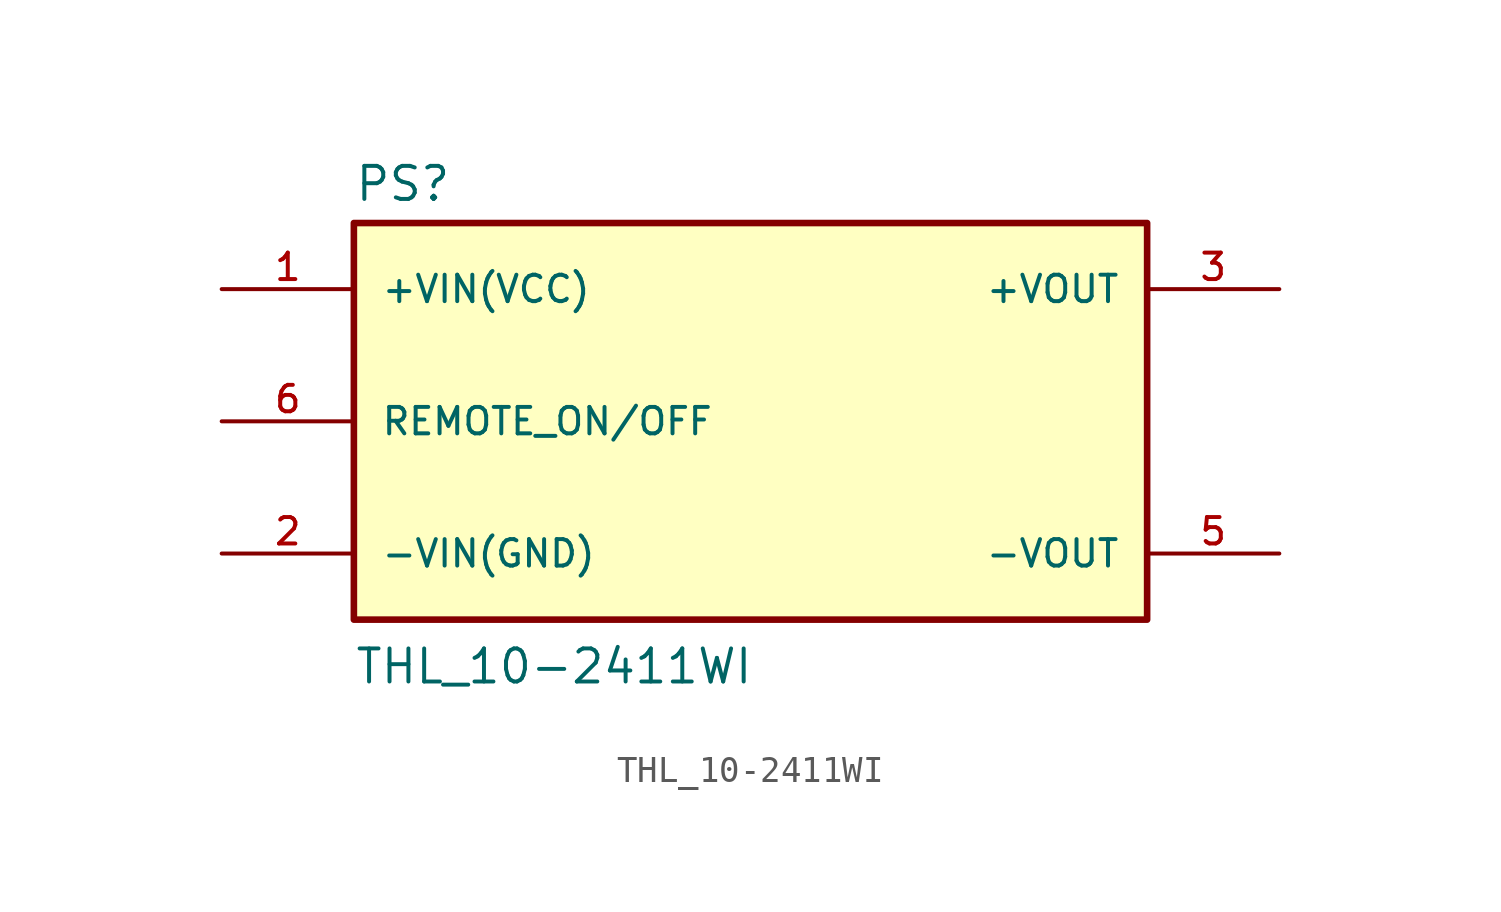
<source format=kicad_sym>
(kicad_symbol_lib
  (version 20211014)
  (generator kicad_symbol_editor)
  (symbol "THL_10-2411WI"
    (pin_names
      (offset 1.016))
    (property "Reference" "PS"
      (at -15.24 8.382 0)
      (effects (font (size 1.27 1.27)) (justify bottom left)))
    (property "Value" "THL_10-2411WI"
      (at -15.24 -10.16 0)
      (effects (font (size 1.27 1.27)) (justify bottom left)))
    (symbol "THL_10-2411WI_0_0"
      (rectangle (start -15.24 -7.62) (end 15.24 7.62) (stroke (width 0.254)) (fill (type background)))
      (pin input line (at -20.32 5.08 0) (length 5.08) (name "+VIN(VCC)" (effects (font (size 1.016 1.016)))) (number "1" (effects (font (size 1.016 1.016)))))
      (pin input line (at -20.32 -5.08 0) (length 5.08) (name "-VIN(GND)" (effects (font (size 1.016 1.016)))) (number "2" (effects (font (size 1.016 1.016)))))
      (pin output line (at 20.32 -5.08 180.0) (length 5.08) (name "-VOUT" (effects (font (size 1.016 1.016)))) (number "5" (effects (font (size 1.016 1.016)))))
      (pin output line (at 20.32 5.08 180.0) (length 5.08) (name "+VOUT" (effects (font (size 1.016 1.016)))) (number "3" (effects (font (size 1.016 1.016)))))
      (pin input line (at -20.32 0.0 0) (length 5.08) (name "REMOTE_ON/OFF" (effects (font (size 1.016 1.016)))) (number "6" (effects (font (size 1.016 1.016))))))))
</source>
